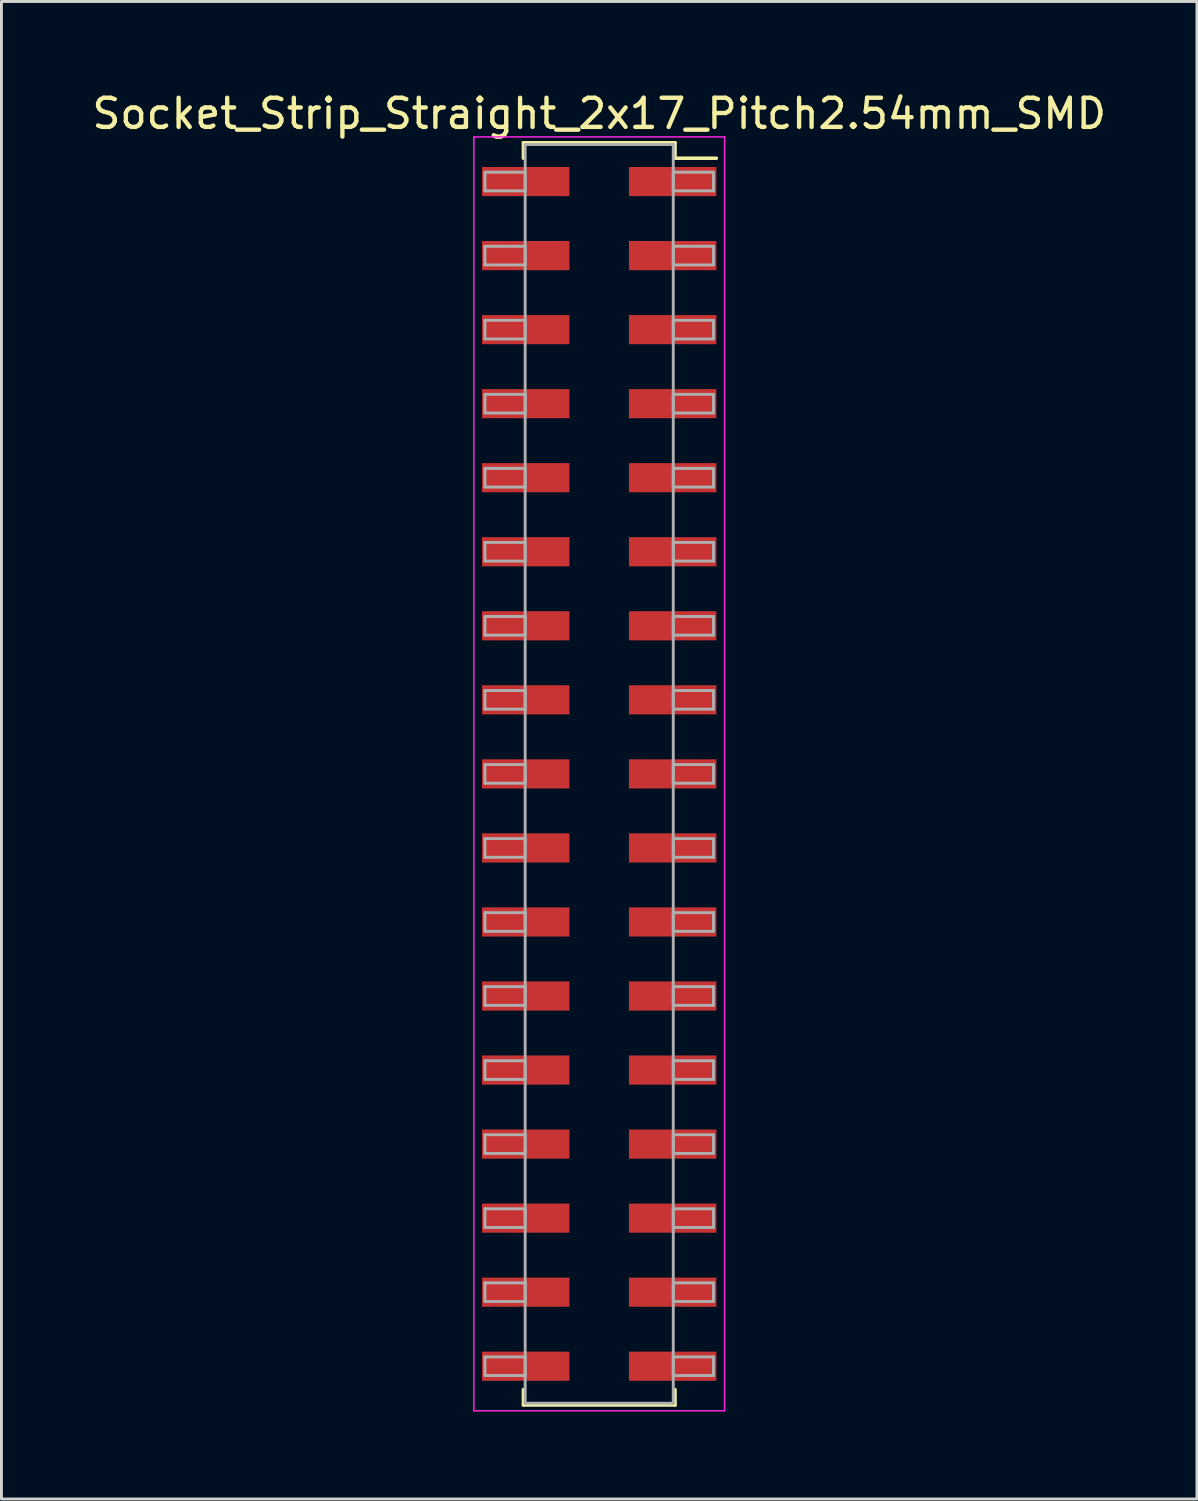
<source format=kicad_pcb>
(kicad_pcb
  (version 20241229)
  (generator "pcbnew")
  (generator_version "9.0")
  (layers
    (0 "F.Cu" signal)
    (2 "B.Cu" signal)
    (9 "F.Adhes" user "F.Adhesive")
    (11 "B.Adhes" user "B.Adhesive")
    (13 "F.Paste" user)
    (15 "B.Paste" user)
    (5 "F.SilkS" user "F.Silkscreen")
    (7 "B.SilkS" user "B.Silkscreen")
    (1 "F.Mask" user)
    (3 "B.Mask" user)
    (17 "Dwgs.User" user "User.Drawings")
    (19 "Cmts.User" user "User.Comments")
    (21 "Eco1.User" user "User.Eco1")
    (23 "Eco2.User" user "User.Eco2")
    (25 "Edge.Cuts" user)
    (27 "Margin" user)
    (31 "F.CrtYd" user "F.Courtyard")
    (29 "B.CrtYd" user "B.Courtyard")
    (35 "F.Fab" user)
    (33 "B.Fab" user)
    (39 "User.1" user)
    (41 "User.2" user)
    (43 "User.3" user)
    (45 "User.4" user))
  (footprint "Socket_Strip_Straight_2x17_Pitch2.54mm_SMD"
    (layer "F.Cu")
    (at 17.506 23.498)
    (property "Reference" "Socket_Strip_Straight_2x17_Pitch2.54mm_SMD" (at 0 -22.65 0) (layer "F.SilkS") (effects (font (size 1 1) (thickness 0.15))))
    (attr smd)
    (fp_line (start -2.6 -21.65) (end 2.6 -21.65) (stroke (width 0.12) (type solid)) (layer "F.SilkS"))
    (fp_line (start -2.6 -21.12) (end -2.6 -21.65) (stroke (width 0.12) (type solid)) (layer "F.SilkS"))
    (fp_line (start -2.6 21.12) (end -2.6 21.65) (stroke (width 0.12) (type solid)) (layer "F.SilkS"))
    (fp_line (start -2.6 21.65) (end 2.6 21.65) (stroke (width 0.12) (type solid)) (layer "F.SilkS"))
    (fp_line (start 2.6 -21.65) (end 2.6 -21.12) (stroke (width 0.12) (type solid)) (layer "F.SilkS"))
    (fp_line (start 2.6 21.65) (end 2.6 21.12) (stroke (width 0.12) (type solid)) (layer "F.SilkS"))
    (fp_line (start 4.02 -21.12) (end 2.6 -21.12) (stroke (width 0.12) (type solid)) (layer "F.SilkS"))
    (fp_line (start -4.3 -21.85) (end -4.3 21.85) (stroke (width 0.05) (type solid)) (layer "F.CrtYd"))
    (fp_line (start -4.3 21.85) (end 4.3 21.85) (stroke (width 0.05) (type solid)) (layer "F.CrtYd"))
    (fp_line (start 4.3 -21.85) (end -4.3 -21.85) (stroke (width 0.05) (type solid)) (layer "F.CrtYd"))
    (fp_line (start 4.3 21.85) (end 4.3 -21.85) (stroke (width 0.05) (type solid)) (layer "F.CrtYd"))
    (fp_line (start -3.92 -20.64) (end -2.54 -20.64) (stroke (width 0.1) (type solid)) (layer "F.Fab"))
    (fp_line (start -3.92 -20) (end -3.92 -20.64) (stroke (width 0.1) (type solid)) (layer "F.Fab"))
    (fp_line (start -3.92 -18.1) (end -2.54 -18.1) (stroke (width 0.1) (type solid)) (layer "F.Fab"))
    (fp_line (start -3.92 -17.46) (end -3.92 -18.1) (stroke (width 0.1) (type solid)) (layer "F.Fab"))
    (fp_line (start -3.92 -15.56) (end -2.54 -15.56) (stroke (width 0.1) (type solid)) (layer "F.Fab"))
    (fp_line (start -3.92 -14.92) (end -3.92 -15.56) (stroke (width 0.1) (type solid)) (layer "F.Fab"))
    (fp_line (start -3.92 -13.02) (end -2.54 -13.02) (stroke (width 0.1) (type solid)) (layer "F.Fab"))
    (fp_line (start -3.92 -12.38) (end -3.92 -13.02) (stroke (width 0.1) (type solid)) (layer "F.Fab"))
    (fp_line (start -3.92 -10.48) (end -2.54 -10.48) (stroke (width 0.1) (type solid)) (layer "F.Fab"))
    (fp_line (start -3.92 -9.84) (end -3.92 -10.48) (stroke (width 0.1) (type solid)) (layer "F.Fab"))
    (fp_line (start -3.92 -7.94) (end -2.54 -7.94) (stroke (width 0.1) (type solid)) (layer "F.Fab"))
    (fp_line (start -3.92 -7.3) (end -3.92 -7.94) (stroke (width 0.1) (type solid)) (layer "F.Fab"))
    (fp_line (start -3.92 -5.4) (end -2.54 -5.4) (stroke (width 0.1) (type solid)) (layer "F.Fab"))
    (fp_line (start -3.92 -4.76) (end -3.92 -5.4) (stroke (width 0.1) (type solid)) (layer "F.Fab"))
    (fp_line (start -3.92 -2.86) (end -2.54 -2.86) (stroke (width 0.1) (type solid)) (layer "F.Fab"))
    (fp_line (start -3.92 -2.22) (end -3.92 -2.86) (stroke (width 0.1) (type solid)) (layer "F.Fab"))
    (fp_line (start -3.92 -0.32) (end -2.54 -0.32) (stroke (width 0.1) (type solid)) (layer "F.Fab"))
    (fp_line (start -3.92 0.32) (end -3.92 -0.32) (stroke (width 0.1) (type solid)) (layer "F.Fab"))
    (fp_line (start -3.92 2.22) (end -2.54 2.22) (stroke (width 0.1) (type solid)) (layer "F.Fab"))
    (fp_line (start -3.92 2.86) (end -3.92 2.22) (stroke (width 0.1) (type solid)) (layer "F.Fab"))
    (fp_line (start -3.92 4.76) (end -2.54 4.76) (stroke (width 0.1) (type solid)) (layer "F.Fab"))
    (fp_line (start -3.92 5.4) (end -3.92 4.76) (stroke (width 0.1) (type solid)) (layer "F.Fab"))
    (fp_line (start -3.92 7.3) (end -2.54 7.3) (stroke (width 0.1) (type solid)) (layer "F.Fab"))
    (fp_line (start -3.92 7.94) (end -3.92 7.3) (stroke (width 0.1) (type solid)) (layer "F.Fab"))
    (fp_line (start -3.92 9.84) (end -2.54 9.84) (stroke (width 0.1) (type solid)) (layer "F.Fab"))
    (fp_line (start -3.92 10.48) (end -3.92 9.84) (stroke (width 0.1) (type solid)) (layer "F.Fab"))
    (fp_line (start -3.92 12.38) (end -2.54 12.38) (stroke (width 0.1) (type solid)) (layer "F.Fab"))
    (fp_line (start -3.92 13.02) (end -3.92 12.38) (stroke (width 0.1) (type solid)) (layer "F.Fab"))
    (fp_line (start -3.92 14.92) (end -2.54 14.92) (stroke (width 0.1) (type solid)) (layer "F.Fab"))
    (fp_line (start -3.92 15.56) (end -3.92 14.92) (stroke (width 0.1) (type solid)) (layer "F.Fab"))
    (fp_line (start -3.92 17.46) (end -2.54 17.46) (stroke (width 0.1) (type solid)) (layer "F.Fab"))
    (fp_line (start -3.92 18.1) (end -3.92 17.46) (stroke (width 0.1) (type solid)) (layer "F.Fab"))
    (fp_line (start -3.92 20) (end -2.54 20) (stroke (width 0.1) (type solid)) (layer "F.Fab"))
    (fp_line (start -3.92 20.64) (end -3.92 20) (stroke (width 0.1) (type solid)) (layer "F.Fab"))
    (fp_line (start -2.54 -21.59) (end -2.54 21.59) (stroke (width 0.1) (type solid)) (layer "F.Fab"))
    (fp_line (start -2.54 -20.64) (end -2.54 -20) (stroke (width 0.1) (type solid)) (layer "F.Fab"))
    (fp_line (start -2.54 -20) (end -3.92 -20) (stroke (width 0.1) (type solid)) (layer "F.Fab"))
    (fp_line (start -2.54 -18.1) (end -2.54 -17.46) (stroke (width 0.1) (type solid)) (layer "F.Fab"))
    (fp_line (start -2.54 -17.46) (end -3.92 -17.46) (stroke (width 0.1) (type solid)) (layer "F.Fab"))
    (fp_line (start -2.54 -15.56) (end -2.54 -14.92) (stroke (width 0.1) (type solid)) (layer "F.Fab"))
    (fp_line (start -2.54 -14.92) (end -3.92 -14.92) (stroke (width 0.1) (type solid)) (layer "F.Fab"))
    (fp_line (start -2.54 -13.02) (end -2.54 -12.38) (stroke (width 0.1) (type solid)) (layer "F.Fab"))
    (fp_line (start -2.54 -12.38) (end -3.92 -12.38) (stroke (width 0.1) (type solid)) (layer "F.Fab"))
    (fp_line (start -2.54 -10.48) (end -2.54 -9.84) (stroke (width 0.1) (type solid)) (layer "F.Fab"))
    (fp_line (start -2.54 -9.84) (end -3.92 -9.84) (stroke (width 0.1) (type solid)) (layer "F.Fab"))
    (fp_line (start -2.54 -7.94) (end -2.54 -7.3) (stroke (width 0.1) (type solid)) (layer "F.Fab"))
    (fp_line (start -2.54 -7.3) (end -3.92 -7.3) (stroke (width 0.1) (type solid)) (layer "F.Fab"))
    (fp_line (start -2.54 -5.4) (end -2.54 -4.76) (stroke (width 0.1) (type solid)) (layer "F.Fab"))
    (fp_line (start -2.54 -4.76) (end -3.92 -4.76) (stroke (width 0.1) (type solid)) (layer "F.Fab"))
    (fp_line (start -2.54 -2.86) (end -2.54 -2.22) (stroke (width 0.1) (type solid)) (layer "F.Fab"))
    (fp_line (start -2.54 -2.22) (end -3.92 -2.22) (stroke (width 0.1) (type solid)) (layer "F.Fab"))
    (fp_line (start -2.54 -0.32) (end -2.54 0.32) (stroke (width 0.1) (type solid)) (layer "F.Fab"))
    (fp_line (start -2.54 0.32) (end -3.92 0.32) (stroke (width 0.1) (type solid)) (layer "F.Fab"))
    (fp_line (start -2.54 2.22) (end -2.54 2.86) (stroke (width 0.1) (type solid)) (layer "F.Fab"))
    (fp_line (start -2.54 2.86) (end -3.92 2.86) (stroke (width 0.1) (type solid)) (layer "F.Fab"))
    (fp_line (start -2.54 4.76) (end -2.54 5.4) (stroke (width 0.1) (type solid)) (layer "F.Fab"))
    (fp_line (start -2.54 5.4) (end -3.92 5.4) (stroke (width 0.1) (type solid)) (layer "F.Fab"))
    (fp_line (start -2.54 7.3) (end -2.54 7.94) (stroke (width 0.1) (type solid)) (layer "F.Fab"))
    (fp_line (start -2.54 7.94) (end -3.92 7.94) (stroke (width 0.1) (type solid)) (layer "F.Fab"))
    (fp_line (start -2.54 9.84) (end -2.54 10.48) (stroke (width 0.1) (type solid)) (layer "F.Fab"))
    (fp_line (start -2.54 10.48) (end -3.92 10.48) (stroke (width 0.1) (type solid)) (layer "F.Fab"))
    (fp_line (start -2.54 12.38) (end -2.54 13.02) (stroke (width 0.1) (type solid)) (layer "F.Fab"))
    (fp_line (start -2.54 13.02) (end -3.92 13.02) (stroke (width 0.1) (type solid)) (layer "F.Fab"))
    (fp_line (start -2.54 14.92) (end -2.54 15.56) (stroke (width 0.1) (type solid)) (layer "F.Fab"))
    (fp_line (start -2.54 15.56) (end -3.92 15.56) (stroke (width 0.1) (type solid)) (layer "F.Fab"))
    (fp_line (start -2.54 17.46) (end -2.54 18.1) (stroke (width 0.1) (type solid)) (layer "F.Fab"))
    (fp_line (start -2.54 18.1) (end -3.92 18.1) (stroke (width 0.1) (type solid)) (layer "F.Fab"))
    (fp_line (start -2.54 20) (end -2.54 20.64) (stroke (width 0.1) (type solid)) (layer "F.Fab"))
    (fp_line (start -2.54 20.64) (end -3.92 20.64) (stroke (width 0.1) (type solid)) (layer "F.Fab"))
    (fp_line (start -2.54 21.59) (end 2.54 21.59) (stroke (width 0.1) (type solid)) (layer "F.Fab"))
    (fp_line (start 2.54 -21.59) (end -2.54 -21.59) (stroke (width 0.1) (type solid)) (layer "F.Fab"))
    (fp_line (start 2.54 -20.64) (end 2.54 -20) (stroke (width 0.1) (type solid)) (layer "F.Fab"))
    (fp_line (start 2.54 -20) (end 3.92 -20) (stroke (width 0.1) (type solid)) (layer "F.Fab"))
    (fp_line (start 2.54 -18.1) (end 2.54 -17.46) (stroke (width 0.1) (type solid)) (layer "F.Fab"))
    (fp_line (start 2.54 -17.46) (end 3.92 -17.46) (stroke (width 0.1) (type solid)) (layer "F.Fab"))
    (fp_line (start 2.54 -15.56) (end 2.54 -14.92) (stroke (width 0.1) (type solid)) (layer "F.Fab"))
    (fp_line (start 2.54 -14.92) (end 3.92 -14.92) (stroke (width 0.1) (type solid)) (layer "F.Fab"))
    (fp_line (start 2.54 -13.02) (end 2.54 -12.38) (stroke (width 0.1) (type solid)) (layer "F.Fab"))
    (fp_line (start 2.54 -12.38) (end 3.92 -12.38) (stroke (width 0.1) (type solid)) (layer "F.Fab"))
    (fp_line (start 2.54 -10.48) (end 2.54 -9.84) (stroke (width 0.1) (type solid)) (layer "F.Fab"))
    (fp_line (start 2.54 -9.84) (end 3.92 -9.84) (stroke (width 0.1) (type solid)) (layer "F.Fab"))
    (fp_line (start 2.54 -7.94) (end 2.54 -7.3) (stroke (width 0.1) (type solid)) (layer "F.Fab"))
    (fp_line (start 2.54 -7.3) (end 3.92 -7.3) (stroke (width 0.1) (type solid)) (layer "F.Fab"))
    (fp_line (start 2.54 -5.4) (end 2.54 -4.76) (stroke (width 0.1) (type solid)) (layer "F.Fab"))
    (fp_line (start 2.54 -4.76) (end 3.92 -4.76) (stroke (width 0.1) (type solid)) (layer "F.Fab"))
    (fp_line (start 2.54 -2.86) (end 2.54 -2.22) (stroke (width 0.1) (type solid)) (layer "F.Fab"))
    (fp_line (start 2.54 -2.22) (end 3.92 -2.22) (stroke (width 0.1) (type solid)) (layer "F.Fab"))
    (fp_line (start 2.54 -0.32) (end 2.54 0.32) (stroke (width 0.1) (type solid)) (layer "F.Fab"))
    (fp_line (start 2.54 0.32) (end 3.92 0.32) (stroke (width 0.1) (type solid)) (layer "F.Fab"))
    (fp_line (start 2.54 2.22) (end 2.54 2.86) (stroke (width 0.1) (type solid)) (layer "F.Fab"))
    (fp_line (start 2.54 2.86) (end 3.92 2.86) (stroke (width 0.1) (type solid)) (layer "F.Fab"))
    (fp_line (start 2.54 4.76) (end 2.54 5.4) (stroke (width 0.1) (type solid)) (layer "F.Fab"))
    (fp_line (start 2.54 5.4) (end 3.92 5.4) (stroke (width 0.1) (type solid)) (layer "F.Fab"))
    (fp_line (start 2.54 7.3) (end 2.54 7.94) (stroke (width 0.1) (type solid)) (layer "F.Fab"))
    (fp_line (start 2.54 7.94) (end 3.92 7.94) (stroke (width 0.1) (type solid)) (layer "F.Fab"))
    (fp_line (start 2.54 9.84) (end 2.54 10.48) (stroke (width 0.1) (type solid)) (layer "F.Fab"))
    (fp_line (start 2.54 10.48) (end 3.92 10.48) (stroke (width 0.1) (type solid)) (layer "F.Fab"))
    (fp_line (start 2.54 12.38) (end 2.54 13.02) (stroke (width 0.1) (type solid)) (layer "F.Fab"))
    (fp_line (start 2.54 13.02) (end 3.92 13.02) (stroke (width 0.1) (type solid)) (layer "F.Fab"))
    (fp_line (start 2.54 14.92) (end 2.54 15.56) (stroke (width 0.1) (type solid)) (layer "F.Fab"))
    (fp_line (start 2.54 15.56) (end 3.92 15.56) (stroke (width 0.1) (type solid)) (layer "F.Fab"))
    (fp_line (start 2.54 17.46) (end 2.54 18.1) (stroke (width 0.1) (type solid)) (layer "F.Fab"))
    (fp_line (start 2.54 18.1) (end 3.92 18.1) (stroke (width 0.1) (type solid)) (layer "F.Fab"))
    (fp_line (start 2.54 20) (end 2.54 20.64) (stroke (width 0.1) (type solid)) (layer "F.Fab"))
    (fp_line (start 2.54 20.64) (end 3.92 20.64) (stroke (width 0.1) (type solid)) (layer "F.Fab"))
    (fp_line (start 2.54 21.59) (end 2.54 -21.59) (stroke (width 0.1) (type solid)) (layer "F.Fab"))
    (fp_line (start 3.92 -20.64) (end 2.54 -20.64) (stroke (width 0.1) (type solid)) (layer "F.Fab"))
    (fp_line (start 3.92 -20) (end 3.92 -20.64) (stroke (width 0.1) (type solid)) (layer "F.Fab"))
    (fp_line (start 3.92 -18.1) (end 2.54 -18.1) (stroke (width 0.1) (type solid)) (layer "F.Fab"))
    (fp_line (start 3.92 -17.46) (end 3.92 -18.1) (stroke (width 0.1) (type solid)) (layer "F.Fab"))
    (fp_line (start 3.92 -15.56) (end 2.54 -15.56) (stroke (width 0.1) (type solid)) (layer "F.Fab"))
    (fp_line (start 3.92 -14.92) (end 3.92 -15.56) (stroke (width 0.1) (type solid)) (layer "F.Fab"))
    (fp_line (start 3.92 -13.02) (end 2.54 -13.02) (stroke (width 0.1) (type solid)) (layer "F.Fab"))
    (fp_line (start 3.92 -12.38) (end 3.92 -13.02) (stroke (width 0.1) (type solid)) (layer "F.Fab"))
    (fp_line (start 3.92 -10.48) (end 2.54 -10.48) (stroke (width 0.1) (type solid)) (layer "F.Fab"))
    (fp_line (start 3.92 -9.84) (end 3.92 -10.48) (stroke (width 0.1) (type solid)) (layer "F.Fab"))
    (fp_line (start 3.92 -7.94) (end 2.54 -7.94) (stroke (width 0.1) (type solid)) (layer "F.Fab"))
    (fp_line (start 3.92 -7.3) (end 3.92 -7.94) (stroke (width 0.1) (type solid)) (layer "F.Fab"))
    (fp_line (start 3.92 -5.4) (end 2.54 -5.4) (stroke (width 0.1) (type solid)) (layer "F.Fab"))
    (fp_line (start 3.92 -4.76) (end 3.92 -5.4) (stroke (width 0.1) (type solid)) (layer "F.Fab"))
    (fp_line (start 3.92 -2.86) (end 2.54 -2.86) (stroke (width 0.1) (type solid)) (layer "F.Fab"))
    (fp_line (start 3.92 -2.22) (end 3.92 -2.86) (stroke (width 0.1) (type solid)) (layer "F.Fab"))
    (fp_line (start 3.92 -0.32) (end 2.54 -0.32) (stroke (width 0.1) (type solid)) (layer "F.Fab"))
    (fp_line (start 3.92 0.32) (end 3.92 -0.32) (stroke (width 0.1) (type solid)) (layer "F.Fab"))
    (fp_line (start 3.92 2.22) (end 2.54 2.22) (stroke (width 0.1) (type solid)) (layer "F.Fab"))
    (fp_line (start 3.92 2.86) (end 3.92 2.22) (stroke (width 0.1) (type solid)) (layer "F.Fab"))
    (fp_line (start 3.92 4.76) (end 2.54 4.76) (stroke (width 0.1) (type solid)) (layer "F.Fab"))
    (fp_line (start 3.92 5.4) (end 3.92 4.76) (stroke (width 0.1) (type solid)) (layer "F.Fab"))
    (fp_line (start 3.92 7.3) (end 2.54 7.3) (stroke (width 0.1) (type solid)) (layer "F.Fab"))
    (fp_line (start 3.92 7.94) (end 3.92 7.3) (stroke (width 0.1) (type solid)) (layer "F.Fab"))
    (fp_line (start 3.92 9.84) (end 2.54 9.84) (stroke (width 0.1) (type solid)) (layer "F.Fab"))
    (fp_line (start 3.92 10.48) (end 3.92 9.84) (stroke (width 0.1) (type solid)) (layer "F.Fab"))
    (fp_line (start 3.92 12.38) (end 2.54 12.38) (stroke (width 0.1) (type solid)) (layer "F.Fab"))
    (fp_line (start 3.92 13.02) (end 3.92 12.38) (stroke (width 0.1) (type solid)) (layer "F.Fab"))
    (fp_line (start 3.92 14.92) (end 2.54 14.92) (stroke (width 0.1) (type solid)) (layer "F.Fab"))
    (fp_line (start 3.92 15.56) (end 3.92 14.92) (stroke (width 0.1) (type solid)) (layer "F.Fab"))
    (fp_line (start 3.92 17.46) (end 2.54 17.46) (stroke (width 0.1) (type solid)) (layer "F.Fab"))
    (fp_line (start 3.92 18.1) (end 3.92 17.46) (stroke (width 0.1) (type solid)) (layer "F.Fab"))
    (fp_line (start 3.92 20) (end 2.54 20) (stroke (width 0.1) (type solid)) (layer "F.Fab"))
    (fp_line (start 3.92 20.64) (end 3.92 20) (stroke (width 0.1) (type solid)) (layer "F.Fab"))
    (pad "1" smd rect (at 2.52 -20.32) (size 3 1) (layers "F.Cu" "F.Mask"))
    (pad "2" smd rect (at -2.52 -20.32) (size 3 1) (layers "F.Cu" "F.Mask"))
    (pad "3" smd rect (at 2.52 -17.78) (size 3 1) (layers "F.Cu" "F.Mask"))
    (pad "4" smd rect (at -2.52 -17.78) (size 3 1) (layers "F.Cu" "F.Mask"))
    (pad "5" smd rect (at 2.52 -15.24) (size 3 1) (layers "F.Cu" "F.Mask"))
    (pad "6" smd rect (at -2.52 -15.24) (size 3 1) (layers "F.Cu" "F.Mask"))
    (pad "7" smd rect (at 2.52 -12.7) (size 3 1) (layers "F.Cu" "F.Mask"))
    (pad "8" smd rect (at -2.52 -12.7) (size 3 1) (layers "F.Cu" "F.Mask"))
    (pad "9" smd rect (at 2.52 -10.16) (size 3 1) (layers "F.Cu" "F.Mask"))
    (pad "10" smd rect (at -2.52 -10.16) (size 3 1) (layers "F.Cu" "F.Mask"))
    (pad "11" smd rect (at 2.52 -7.62) (size 3 1) (layers "F.Cu" "F.Mask"))
    (pad "12" smd rect (at -2.52 -7.62) (size 3 1) (layers "F.Cu" "F.Mask"))
    (pad "13" smd rect (at 2.52 -5.08) (size 3 1) (layers "F.Cu" "F.Mask"))
    (pad "14" smd rect (at -2.52 -5.08) (size 3 1) (layers "F.Cu" "F.Mask"))
    (pad "15" smd rect (at 2.52 -2.54) (size 3 1) (layers "F.Cu" "F.Mask"))
    (pad "16" smd rect (at -2.52 -2.54) (size 3 1) (layers "F.Cu" "F.Mask"))
    (pad "17" smd rect (at 2.52 0) (size 3 1) (layers "F.Cu" "F.Mask"))
    (pad "18" smd rect (at -2.52 0) (size 3 1) (layers "F.Cu" "F.Mask"))
    (pad "19" smd rect (at 2.52 2.54) (size 3 1) (layers "F.Cu" "F.Mask"))
    (pad "20" smd rect (at -2.52 2.54) (size 3 1) (layers "F.Cu" "F.Mask"))
    (pad "21" smd rect (at 2.52 5.08) (size 3 1) (layers "F.Cu" "F.Mask"))
    (pad "22" smd rect (at -2.52 5.08) (size 3 1) (layers "F.Cu" "F.Mask"))
    (pad "23" smd rect (at 2.52 7.62) (size 3 1) (layers "F.Cu" "F.Mask"))
    (pad "24" smd rect (at -2.52 7.62) (size 3 1) (layers "F.Cu" "F.Mask"))
    (pad "25" smd rect (at 2.52 10.16) (size 3 1) (layers "F.Cu" "F.Mask"))
    (pad "26" smd rect (at -2.52 10.16) (size 3 1) (layers "F.Cu" "F.Mask"))
    (pad "27" smd rect (at 2.52 12.7) (size 3 1) (layers "F.Cu" "F.Mask"))
    (pad "28" smd rect (at -2.52 12.7) (size 3 1) (layers "F.Cu" "F.Mask"))
    (pad "29" smd rect (at 2.52 15.24) (size 3 1) (layers "F.Cu" "F.Mask"))
    (pad "30" smd rect (at -2.52 15.24) (size 3 1) (layers "F.Cu" "F.Mask"))
    (pad "31" smd rect (at 2.52 17.78) (size 3 1) (layers "F.Cu" "F.Mask"))
    (pad "32" smd rect (at -2.52 17.78) (size 3 1) (layers "F.Cu" "F.Mask"))
    (pad "33" smd rect (at 2.52 20.32) (size 3 1) (layers "F.Cu" "F.Mask"))
    (pad "34" smd rect (at -2.52 20.32) (size 3 1) (layers "F.Cu" "F.Mask")))
  (gr_rect
    (start -3 -3)
    (end 38.012 48.373)
    (stroke (width 0.1) (type default))
    (fill no)
    (layer "Edge.Cuts")))
</source>
